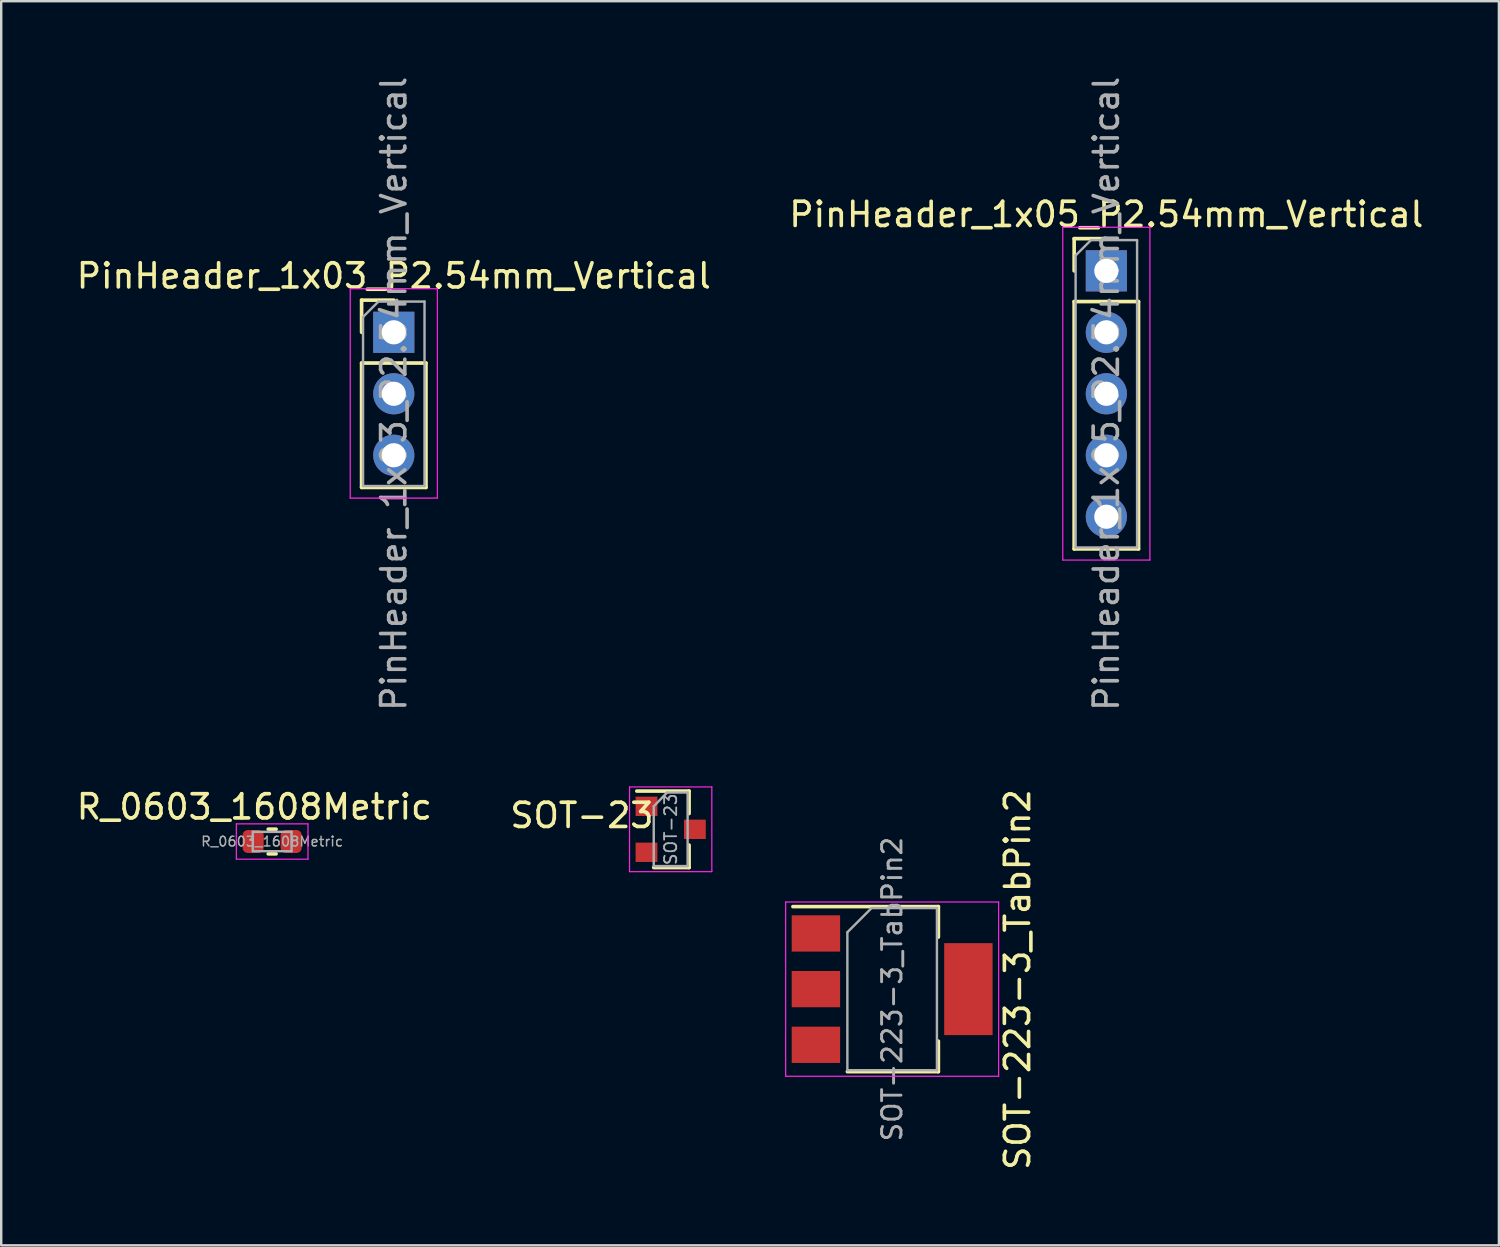
<source format=kicad_pcb>
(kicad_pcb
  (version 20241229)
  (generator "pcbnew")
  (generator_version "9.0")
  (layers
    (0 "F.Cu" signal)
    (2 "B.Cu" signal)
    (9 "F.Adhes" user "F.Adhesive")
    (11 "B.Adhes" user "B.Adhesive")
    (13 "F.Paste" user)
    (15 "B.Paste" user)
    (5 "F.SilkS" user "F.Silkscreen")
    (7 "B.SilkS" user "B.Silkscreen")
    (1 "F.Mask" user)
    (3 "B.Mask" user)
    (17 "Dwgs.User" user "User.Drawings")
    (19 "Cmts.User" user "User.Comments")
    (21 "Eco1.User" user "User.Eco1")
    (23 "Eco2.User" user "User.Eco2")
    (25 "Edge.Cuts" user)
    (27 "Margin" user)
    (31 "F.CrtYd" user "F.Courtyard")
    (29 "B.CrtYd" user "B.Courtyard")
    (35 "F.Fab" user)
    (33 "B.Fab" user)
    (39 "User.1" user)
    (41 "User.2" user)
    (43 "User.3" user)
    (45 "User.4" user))
  (footprint "SOT-23"
    (layer "F.Cu")
    (at 24.661 31.215)
    (property "Reference" "SOT-23" (at -3.667 -0.574 0) (layer "F.SilkS") (effects (font (size 1 1) (thickness 0.15))))
    (attr smd)
    (fp_line (start 0.76 -1.58) (end -1.4 -1.58) (stroke (width 0.15) (type solid)) (layer "F.SilkS"))
    (fp_line (start 0.76 -1.58) (end 0.76 -0.65) (stroke (width 0.15) (type solid)) (layer "F.SilkS"))
    (fp_line (start 0.76 1.58) (end -0.7 1.58) (stroke (width 0.15) (type solid)) (layer "F.SilkS"))
    (fp_line (start 0.76 1.58) (end 0.76 0.65) (stroke (width 0.15) (type solid)) (layer "F.SilkS"))
    (fp_line (start -1.7 -1.75) (end 1.7 -1.75) (stroke (width 0.05) (type solid)) (layer "F.CrtYd"))
    (fp_line (start -1.7 1.75) (end -1.7 -1.75) (stroke (width 0.05) (type solid)) (layer "F.CrtYd"))
    (fp_line (start 1.7 -1.75) (end 1.7 1.75) (stroke (width 0.05) (type solid)) (layer "F.CrtYd"))
    (fp_line (start 1.7 1.75) (end -1.7 1.75) (stroke (width 0.05) (type solid)) (layer "F.CrtYd"))
    (fp_line (start -0.7 -0.95) (end -0.7 1.5) (stroke (width 0.1) (type solid)) (layer "F.Fab"))
    (fp_line (start -0.7 -0.95) (end -0.15 -1.52) (stroke (width 0.1) (type solid)) (layer "F.Fab"))
    (fp_line (start -0.7 1.52) (end 0.7 1.52) (stroke (width 0.1) (type solid)) (layer "F.Fab"))
    (fp_line (start -0.15 -1.52) (end 0.7 -1.52) (stroke (width 0.1) (type solid)) (layer "F.Fab"))
    (fp_line (start 0.7 -1.52) (end 0.7 1.52) (stroke (width 0.1) (type solid)) (layer "F.Fab"))
    (fp_text user "${REFERENCE}" (at 0 0 90) (layer "F.Fab") (effects (font (size 0.5 0.5) (thickness 0.075))))
    (pad "1" smd rect (at -1 -0.95) (size 0.9 0.8) (layers "F.Cu" "F.Mask" "F.Paste"))
    (pad "2" smd rect (at -1 0.95) (size 0.9 0.8) (layers "F.Cu" "F.Mask" "F.Paste"))
    (pad "3" smd rect (at 1 0) (size 0.9 0.8) (layers "F.Cu" "F.Mask" "F.Paste")))
  (footprint "SOT-223-3_TabPin2"
    (layer "F.Cu")
    (at 33.811 37.818)
    (property "Reference" "SOT-223-3_TabPin2" (at 5.182 -0.395 90) (layer "F.SilkS") (effects (font (size 1 1) (thickness 0.15))))
    (attr smd)
    (fp_line (start -4.1 -3.41) (end 1.91 -3.41) (stroke (width 0.15) (type solid)) (layer "F.SilkS"))
    (fp_line (start -1.85 3.41) (end 1.91 3.41) (stroke (width 0.15) (type solid)) (layer "F.SilkS"))
    (fp_line (start 1.91 -3.41) (end 1.91 -2.15) (stroke (width 0.15) (type solid)) (layer "F.SilkS"))
    (fp_line (start 1.91 3.41) (end 1.91 2.15) (stroke (width 0.15) (type solid)) (layer "F.SilkS"))
    (fp_line (start -4.4 -3.6) (end -4.4 3.6) (stroke (width 0.05) (type solid)) (layer "F.CrtYd"))
    (fp_line (start -4.4 3.6) (end 4.4 3.6) (stroke (width 0.05) (type solid)) (layer "F.CrtYd"))
    (fp_line (start 4.4 -3.6) (end -4.4 -3.6) (stroke (width 0.05) (type solid)) (layer "F.CrtYd"))
    (fp_line (start 4.4 3.6) (end 4.4 -3.6) (stroke (width 0.05) (type solid)) (layer "F.CrtYd"))
    (fp_line (start -1.85 -2.35) (end -1.85 3.35) (stroke (width 0.1) (type solid)) (layer "F.Fab"))
    (fp_line (start -1.85 -2.35) (end -0.85 -3.35) (stroke (width 0.1) (type solid)) (layer "F.Fab"))
    (fp_line (start -1.85 3.35) (end 1.85 3.35) (stroke (width 0.1) (type solid)) (layer "F.Fab"))
    (fp_line (start -0.85 -3.35) (end 1.85 -3.35) (stroke (width 0.1) (type solid)) (layer "F.Fab"))
    (fp_line (start 1.85 -3.35) (end 1.85 3.35) (stroke (width 0.1) (type solid)) (layer "F.Fab"))
    (fp_text user "${REFERENCE}" (at 0 0 270) (layer "F.Fab") (effects (font (size 0.8 0.8) (thickness 0.12))))
    (pad "1" smd rect (at -3.15 -2.3) (size 2 1.5) (layers "F.Cu" "F.Mask" "F.Paste"))
    (pad "2" smd rect (at -3.15 0) (size 2 1.5) (layers "F.Cu" "F.Mask" "F.Paste"))
    (pad "2" smd rect (at 3.15 0) (size 2 3.8) (layers "F.Cu" "F.Mask" "F.Paste"))
    (pad "3" smd rect (at -3.15 2.3) (size 2 1.5) (layers "F.Cu" "F.Mask" "F.Paste")))
  (footprint "PinHeader_1x05_P2.54mm_Vertical"
    (layer "F.Cu")
    (at 42.661 8.14)
    (property "Reference" "PinHeader_1x05_P2.54mm_Vertical" (at 0 -2.33 0) (layer "F.SilkS") (effects (font (size 1 1) (thickness 0.15))))
    (attr through_hole)
    (fp_line (start -1.33 -1.33) (end 0 -1.33) (stroke (width 0.15) (type solid)) (layer "F.SilkS"))
    (fp_line (start -1.33 0) (end -1.33 -1.33) (stroke (width 0.15) (type solid)) (layer "F.SilkS"))
    (fp_line (start -1.33 1.27) (end -1.33 11.49) (stroke (width 0.15) (type solid)) (layer "F.SilkS"))
    (fp_line (start -1.33 1.27) (end 1.33 1.27) (stroke (width 0.15) (type solid)) (layer "F.SilkS"))
    (fp_line (start -1.33 11.49) (end 1.33 11.49) (stroke (width 0.15) (type solid)) (layer "F.SilkS"))
    (fp_line (start 1.33 1.27) (end 1.33 11.49) (stroke (width 0.15) (type solid)) (layer "F.SilkS"))
    (fp_line (start -1.8 -1.8) (end -1.8 11.95) (stroke (width 0.05) (type solid)) (layer "F.CrtYd"))
    (fp_line (start -1.8 11.95) (end 1.8 11.95) (stroke (width 0.05) (type solid)) (layer "F.CrtYd"))
    (fp_line (start 1.8 -1.8) (end -1.8 -1.8) (stroke (width 0.05) (type solid)) (layer "F.CrtYd"))
    (fp_line (start 1.8 11.95) (end 1.8 -1.8) (stroke (width 0.05) (type solid)) (layer "F.CrtYd"))
    (fp_line (start -1.27 -0.635) (end -0.635 -1.27) (stroke (width 0.1) (type solid)) (layer "F.Fab"))
    (fp_line (start -1.27 11.43) (end -1.27 -0.635) (stroke (width 0.1) (type solid)) (layer "F.Fab"))
    (fp_line (start -0.635 -1.27) (end 1.27 -1.27) (stroke (width 0.1) (type solid)) (layer "F.Fab"))
    (fp_line (start 1.27 -1.27) (end 1.27 11.43) (stroke (width 0.1) (type solid)) (layer "F.Fab"))
    (fp_line (start 1.27 11.43) (end -1.27 11.43) (stroke (width 0.1) (type solid)) (layer "F.Fab"))
    (fp_text user "${REFERENCE}" (at 0 5.08 90) (layer "F.Fab") (effects (font (size 1 1) (thickness 0.15))))
    (pad "1" thru_hole rect (at 0 0) (size 1.7 1.7) (drill 1) (layers "*.Cu" "*.Mask"))
    (pad "2" thru_hole oval (at 0 2.54) (size 1.7 1.7) (drill 1) (layers "*.Cu" "*.Mask"))
    (pad "3" thru_hole oval (at 0 5.08) (size 1.7 1.7) (drill 1) (layers "*.Cu" "*.Mask"))
    (pad "4" thru_hole oval (at 0 7.62) (size 1.7 1.7) (drill 1) (layers "*.Cu" "*.Mask"))
    (pad "5" thru_hole oval (at 0 10.16) (size 1.7 1.7) (drill 1) (layers "*.Cu" "*.Mask")))
  (footprint "PinHeader_1x03_P2.54mm_Vertical"
    (layer "F.Cu")
    (at 13.22 10.68)
    (property "Reference" "PinHeader_1x03_P2.54mm_Vertical" (at 0 -2.33 0) (layer "F.SilkS") (effects (font (size 1 1) (thickness 0.15))))
    (attr through_hole)
    (fp_line (start -1.33 -1.33) (end 0 -1.33) (stroke (width 0.15) (type solid)) (layer "F.SilkS"))
    (fp_line (start -1.33 0) (end -1.33 -1.33) (stroke (width 0.15) (type solid)) (layer "F.SilkS"))
    (fp_line (start -1.33 1.27) (end -1.33 6.41) (stroke (width 0.15) (type solid)) (layer "F.SilkS"))
    (fp_line (start -1.33 1.27) (end 1.33 1.27) (stroke (width 0.15) (type solid)) (layer "F.SilkS"))
    (fp_line (start -1.33 6.41) (end 1.33 6.41) (stroke (width 0.15) (type solid)) (layer "F.SilkS"))
    (fp_line (start 1.33 1.27) (end 1.33 6.41) (stroke (width 0.15) (type solid)) (layer "F.SilkS"))
    (fp_line (start -1.8 -1.8) (end -1.8 6.85) (stroke (width 0.05) (type solid)) (layer "F.CrtYd"))
    (fp_line (start -1.8 6.85) (end 1.8 6.85) (stroke (width 0.05) (type solid)) (layer "F.CrtYd"))
    (fp_line (start 1.8 -1.8) (end -1.8 -1.8) (stroke (width 0.05) (type solid)) (layer "F.CrtYd"))
    (fp_line (start 1.8 6.85) (end 1.8 -1.8) (stroke (width 0.05) (type solid)) (layer "F.CrtYd"))
    (fp_line (start -1.27 -0.635) (end -0.635 -1.27) (stroke (width 0.1) (type solid)) (layer "F.Fab"))
    (fp_line (start -1.27 6.35) (end -1.27 -0.635) (stroke (width 0.1) (type solid)) (layer "F.Fab"))
    (fp_line (start -0.635 -1.27) (end 1.27 -1.27) (stroke (width 0.1) (type solid)) (layer "F.Fab"))
    (fp_line (start 1.27 -1.27) (end 1.27 6.35) (stroke (width 0.1) (type solid)) (layer "F.Fab"))
    (fp_line (start 1.27 6.35) (end -1.27 6.35) (stroke (width 0.1) (type solid)) (layer "F.Fab"))
    (fp_text user "${REFERENCE}" (at 0 2.54 90) (layer "F.Fab") (effects (font (size 1 1) (thickness 0.15))))
    (pad "1" thru_hole rect (at 0 0) (size 1.7 1.7) (drill 1) (layers "*.Cu" "*.Mask"))
    (pad "2" thru_hole oval (at 0 2.54) (size 1.7 1.7) (drill 1) (layers "*.Cu" "*.Mask"))
    (pad "3" thru_hole oval (at 0 5.08) (size 1.7 1.7) (drill 1) (layers "*.Cu" "*.Mask")))
  (footprint "R_0603_1608Metric"
    (layer "F.Cu")
    (at 8.195 31.719)
    (property "Reference" "R_0603_1608Metric" (at -0.737 -1.43 0) (layer "F.SilkS") (effects (font (size 1 1) (thickness 0.15))))
    (attr smd)
    (fp_line (start -0.163 -0.51) (end 0.163 -0.51) (stroke (width 0.15) (type solid)) (layer "F.SilkS"))
    (fp_line (start -0.163 0.51) (end 0.163 0.51) (stroke (width 0.15) (type solid)) (layer "F.SilkS"))
    (fp_line (start -1.48 -0.73) (end 1.48 -0.73) (stroke (width 0.05) (type solid)) (layer "F.CrtYd"))
    (fp_line (start -1.48 0.73) (end -1.48 -0.73) (stroke (width 0.05) (type solid)) (layer "F.CrtYd"))
    (fp_line (start 1.48 -0.73) (end 1.48 0.73) (stroke (width 0.05) (type solid)) (layer "F.CrtYd"))
    (fp_line (start 1.48 0.73) (end -1.48 0.73) (stroke (width 0.05) (type solid)) (layer "F.CrtYd"))
    (fp_line (start -0.8 -0.4) (end 0.8 -0.4) (stroke (width 0.1) (type solid)) (layer "F.Fab"))
    (fp_line (start -0.8 0.4) (end -0.8 -0.4) (stroke (width 0.1) (type solid)) (layer "F.Fab"))
    (fp_line (start 0.8 -0.4) (end 0.8 0.4) (stroke (width 0.1) (type solid)) (layer "F.Fab"))
    (fp_line (start 0.8 0.4) (end -0.8 0.4) (stroke (width 0.1) (type solid)) (layer "F.Fab"))
    (fp_text user "${REFERENCE}" (at 0 0 0) (layer "F.Fab") (effects (font (size 0.4 0.4) (thickness 0.06))))
    (pad "1" smd roundrect (at -0.787 0) (size 0.875 0.95) (layers "F.Cu" "F.Mask" "F.Paste") (roundrect_rratio 0.25))
    (pad "2" smd roundrect (at 0.787 0) (size 0.875 0.95) (layers "F.Cu" "F.Mask" "F.Paste") (roundrect_rratio 0.25)))
  (gr_rect
    (start -3 -3)
    (end 58.881 48.405)
    (stroke (width 0.1) (type default))
    (fill no)
    (layer "Edge.Cuts")))
</source>
